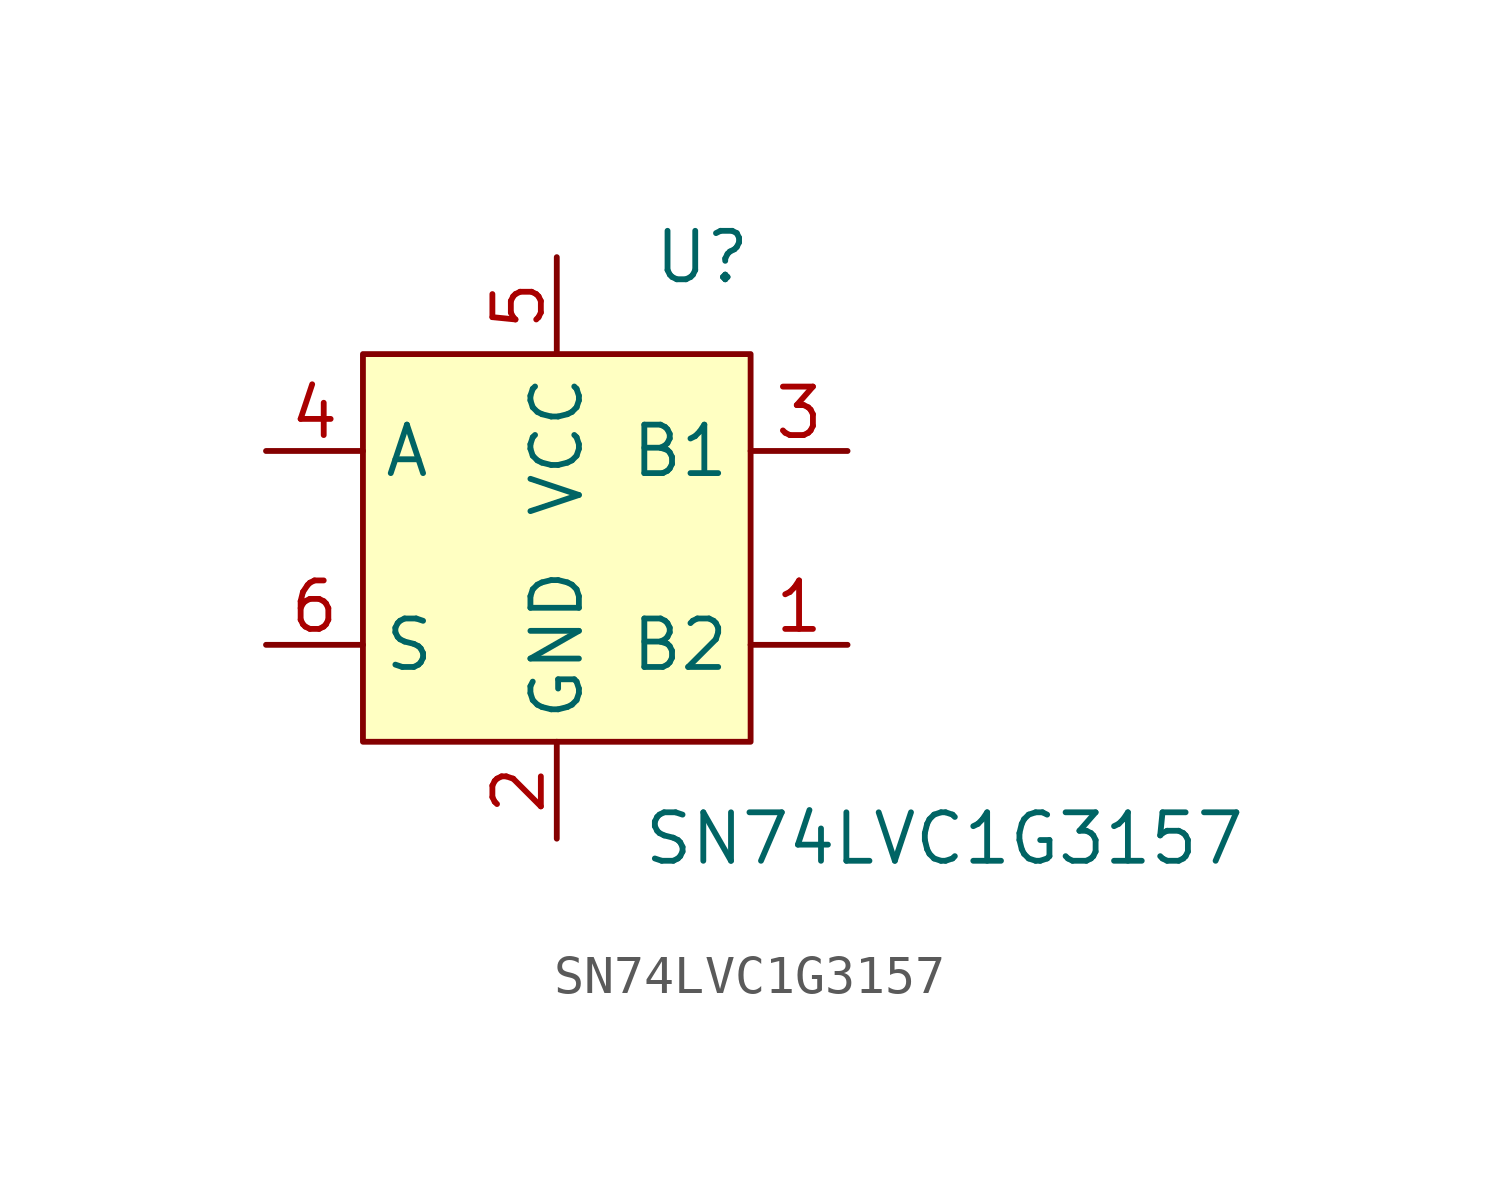
<source format=kicad_sym>
(kicad_symbol_lib
  (version 20220914)
  (generator kicad_symbol_editor)
  (symbol "SN74LVC1G3157"
    (property "Reference" "U"
      (at 3.81 7.62 0)
      (effects (font (size 1.27 1.27))))
    (property "Value" "SN74LVC1G3157"
      (at 10.16 -7.62 0)
      (effects (font (size 1.27 1.27))))
    (symbol "SN74LVC1G3157_1_1"
      (rectangle (start -5.08 5.08) (end 5.08 -5.08) (stroke (width 0) (type default)) (fill (type background)))
      (pin input line (at 7.62 -2.54 180) (length 2.54) (name "B2" (effects (font (size 1.27 1.27)))) (number "1" (effects (font (size 1.27 1.27)))))
      (pin input line (at 0 -7.62 90) (length 2.54) (name "GND" (effects (font (size 1.27 1.27)))) (number "2" (effects (font (size 1.27 1.27)))))
      (pin input line (at 7.62 2.54 180) (length 2.54) (name "B1" (effects (font (size 1.27 1.27)))) (number "3" (effects (font (size 1.27 1.27)))))
      (pin input line (at -7.62 2.54 0) (length 2.54) (name "A" (effects (font (size 1.27 1.27)))) (number "4" (effects (font (size 1.27 1.27)))))
      (pin input line (at 0 7.62 270) (length 2.54) (name "VCC" (effects (font (size 1.27 1.27)))) (number "5" (effects (font (size 1.27 1.27)))))
      (pin input line (at -7.62 -2.54 0) (length 2.54) (name "S" (effects (font (size 1.27 1.27)))) (number "6" (effects (font (size 1.27 1.27))))))))
</source>
